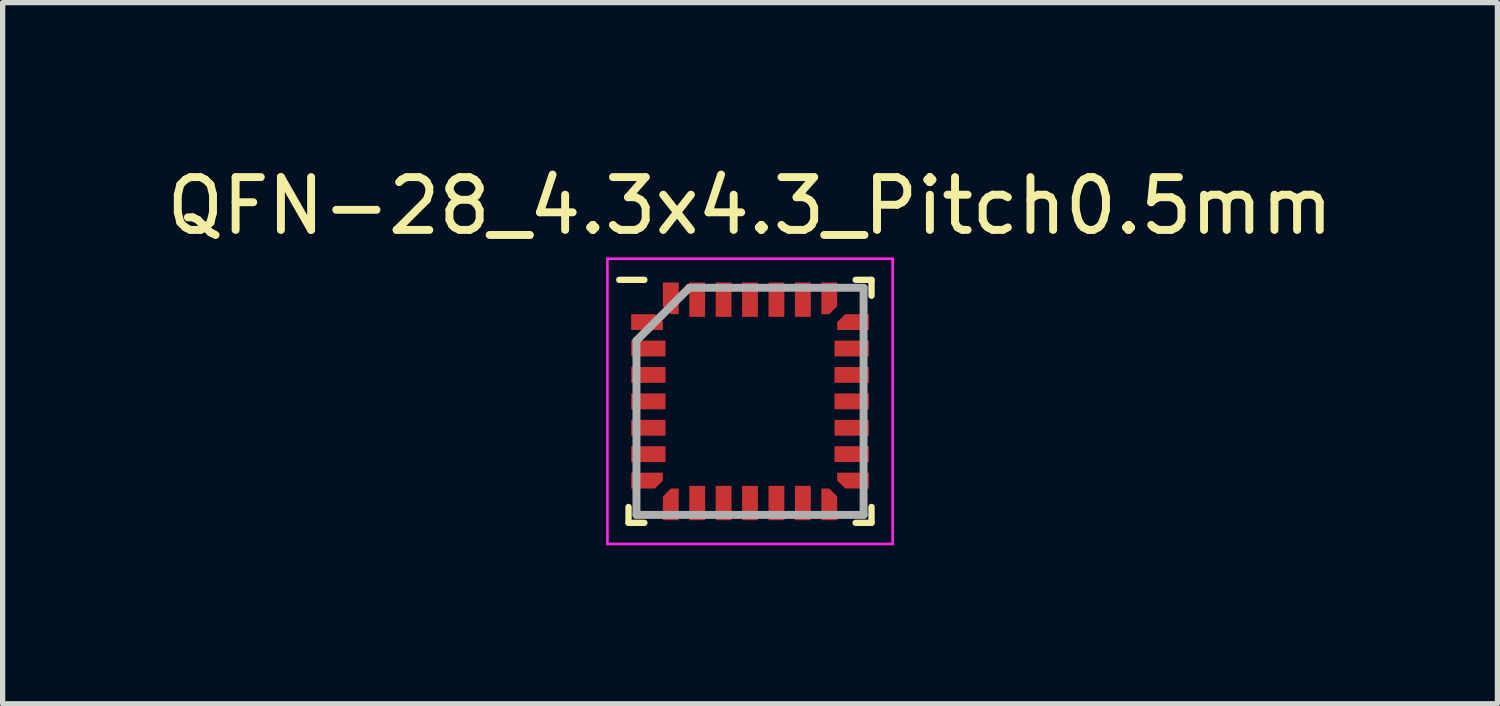
<source format=kicad_pcb>
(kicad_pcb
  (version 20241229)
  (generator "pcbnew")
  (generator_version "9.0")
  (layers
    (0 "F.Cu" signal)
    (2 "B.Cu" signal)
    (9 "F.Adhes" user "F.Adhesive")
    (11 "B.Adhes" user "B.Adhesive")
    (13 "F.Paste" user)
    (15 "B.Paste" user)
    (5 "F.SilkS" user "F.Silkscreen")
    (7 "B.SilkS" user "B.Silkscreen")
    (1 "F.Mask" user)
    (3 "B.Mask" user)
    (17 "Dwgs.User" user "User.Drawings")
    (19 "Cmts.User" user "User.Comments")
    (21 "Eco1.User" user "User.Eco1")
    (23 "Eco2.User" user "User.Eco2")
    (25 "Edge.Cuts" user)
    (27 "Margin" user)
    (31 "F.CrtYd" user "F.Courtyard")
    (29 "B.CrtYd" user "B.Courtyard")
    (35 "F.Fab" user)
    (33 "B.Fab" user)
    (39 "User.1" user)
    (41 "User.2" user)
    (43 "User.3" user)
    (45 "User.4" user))
  (footprint "QFN-28_4.3x4.3_Pitch0.5mm"
    (layer "F.Cu")
    (at 11.149 4.548)
    (property "Reference" "QFN-28_4.3x4.3_Pitch0.5mm" (at 0 -3.7 0) (layer "F.SilkS") (effects (font (size 1 1) (thickness 0.15))))
    (attr through_hole)
    (fp_line (start -2.3 2.3) (end -2.3 2) (stroke (width 0.12) (type solid)) (layer "F.SilkS"))
    (fp_line (start -2 -2.3) (end -2.475 -2.3) (stroke (width 0.12) (type solid)) (layer "F.SilkS"))
    (fp_line (start -2 2.3) (end -2.3 2.3) (stroke (width 0.12) (type solid)) (layer "F.SilkS"))
    (fp_line (start 2 -2.3) (end 2.3 -2.3) (stroke (width 0.12) (type solid)) (layer "F.SilkS"))
    (fp_line (start 2 2.3) (end 2.3 2.3) (stroke (width 0.12) (type solid)) (layer "F.SilkS"))
    (fp_line (start 2.3 -2.3) (end 2.3 -2) (stroke (width 0.12) (type solid)) (layer "F.SilkS"))
    (fp_line (start 2.3 2.3) (end 2.3 2) (stroke (width 0.12) (type solid)) (layer "F.SilkS"))
    (fp_line (start -2.7 -2.7) (end 2.7 -2.7) (stroke (width 0.05) (type solid)) (layer "F.CrtYd"))
    (fp_line (start -2.7 2.7) (end -2.7 -2.7) (stroke (width 0.05) (type solid)) (layer "F.CrtYd"))
    (fp_line (start 2.7 -2.7) (end 2.7 2.7) (stroke (width 0.05) (type solid)) (layer "F.CrtYd"))
    (fp_line (start 2.7 2.7) (end -2.7 2.7) (stroke (width 0.05) (type solid)) (layer "F.CrtYd"))
    (fp_line (start -2.15 -1.15) (end -2.15 2.15) (stroke (width 0.15) (type solid)) (layer "F.Fab"))
    (fp_line (start -2.15 2.15) (end 2.15 2.15) (stroke (width 0.15) (type solid)) (layer "F.Fab"))
    (fp_line (start -1.15 -2.15) (end -2.15 -1.15) (stroke (width 0.15) (type solid)) (layer "F.Fab"))
    (fp_line (start 2.15 -2.15) (end -1.15 -2.15) (stroke (width 0.15) (type solid)) (layer "F.Fab"))
    (fp_line (start 2.15 2.15) (end 2.15 -2.15) (stroke (width 0.15) (type solid)) (layer "F.Fab"))
    (pad "1" smd roundrect (at -1.95 -1.5 90) (size 0.3 0.6) (layers "F.Cu" "F.Mask" "F.Paste") (roundrect_rratio 0) (chamfer_ratio 0.5) (chamfer bottom_right))
    (pad "2" smd rect (at -1.925 -1 90) (size 0.3 0.65) (layers "F.Cu" "F.Mask" "F.Paste"))
    (pad "3" smd rect (at -1.925 -0.5 90) (size 0.3 0.65) (layers "F.Cu" "F.Mask" "F.Paste"))
    (pad "4" smd rect (at -1.925 0 90) (size 0.3 0.65) (layers "F.Cu" "F.Mask" "F.Paste"))
    (pad "5" smd rect (at -1.925 0.5 90) (size 0.3 0.65) (layers "F.Cu" "F.Mask" "F.Paste"))
    (pad "6" smd rect (at -1.925 1 90) (size 0.3 0.65) (layers "F.Cu" "F.Mask" "F.Paste"))
    (pad "7" smd roundrect (at -1.95 1.5 90) (size 0.3 0.6) (layers "F.Cu" "F.Mask" "F.Paste") (roundrect_rratio 0) (chamfer_ratio 0.5) (chamfer bottom_left))
    (pad "8" smd roundrect (at -1.5 1.95) (size 0.3 0.6) (layers "F.Cu" "F.Mask" "F.Paste") (roundrect_rratio 0) (chamfer_ratio 0.5) (chamfer top_left))
    (pad "9" smd rect (at -1 1.925) (size 0.3 0.65) (layers "F.Cu" "F.Mask" "F.Paste"))
    (pad "10" smd rect (at -0.5 1.925) (size 0.3 0.65) (layers "F.Cu" "F.Mask" "F.Paste"))
    (pad "11" smd rect (at 0 1.925) (size 0.3 0.65) (layers "F.Cu" "F.Mask" "F.Paste"))
    (pad "12" smd rect (at 0.5 1.925) (size 0.3 0.65) (layers "F.Cu" "F.Mask" "F.Paste"))
    (pad "13" smd rect (at 1 1.925) (size 0.3 0.65) (layers "F.Cu" "F.Mask" "F.Paste"))
    (pad "14" smd roundrect (at 1.5 1.95) (size 0.3 0.6) (layers "F.Cu" "F.Mask" "F.Paste") (roundrect_rratio 0) (chamfer_ratio 0.5) (chamfer top_right))
    (pad "15" smd roundrect (at 1.95 1.5 90) (size 0.3 0.6) (layers "F.Cu" "F.Mask" "F.Paste") (roundrect_rratio 0) (chamfer_ratio 0.5) (chamfer top_left))
    (pad "16" smd rect (at 1.925 1 90) (size 0.3 0.65) (layers "F.Cu" "F.Mask" "F.Paste"))
    (pad "17" smd rect (at 1.925 0.5 90) (size 0.3 0.65) (layers "F.Cu" "F.Mask" "F.Paste"))
    (pad "18" smd rect (at 1.925 0 90) (size 0.3 0.65) (layers "F.Cu" "F.Mask" "F.Paste"))
    (pad "19" smd rect (at 1.925 -0.5 90) (size 0.3 0.65) (layers "F.Cu" "F.Mask" "F.Paste"))
    (pad "20" smd rect (at 1.925 -1 90) (size 0.3 0.65) (layers "F.Cu" "F.Mask" "F.Paste"))
    (pad "21" smd roundrect (at 1.95 -1.5 90) (size 0.3 0.6) (layers "F.Cu" "F.Mask" "F.Paste") (roundrect_rratio 0) (chamfer_ratio 0.5) (chamfer top_right))
    (pad "22" smd roundrect (at 1.5 -1.95) (size 0.3 0.6) (layers "F.Cu" "F.Mask" "F.Paste") (roundrect_rratio 0) (chamfer_ratio 0.5) (chamfer bottom_right))
    (pad "23" smd rect (at 1 -1.925) (size 0.3 0.65) (layers "F.Cu" "F.Mask" "F.Paste"))
    (pad "24" smd rect (at 0.5 -1.925) (size 0.3 0.65) (layers "F.Cu" "F.Mask" "F.Paste"))
    (pad "25" smd rect (at 0 -1.925) (size 0.3 0.65) (layers "F.Cu" "F.Mask" "F.Paste"))
    (pad "26" smd rect (at -0.5 -1.925) (size 0.3 0.65) (layers "F.Cu" "F.Mask" "F.Paste"))
    (pad "27" smd rect (at -1 -1.925) (size 0.3 0.65) (layers "F.Cu" "F.Mask" "F.Paste"))
    (pad "28" smd roundrect (at -1.5 -1.95) (size 0.3 0.6) (layers "F.Cu" "F.Mask" "F.Paste") (roundrect_rratio 0) (chamfer_ratio 0.5) (chamfer bottom_left)))
  (gr_rect
    (start -3 -3)
    (end 25.298 10.273)
    (stroke (width 0.1) (type default))
    (fill no)
    (layer "Edge.Cuts")))
</source>
